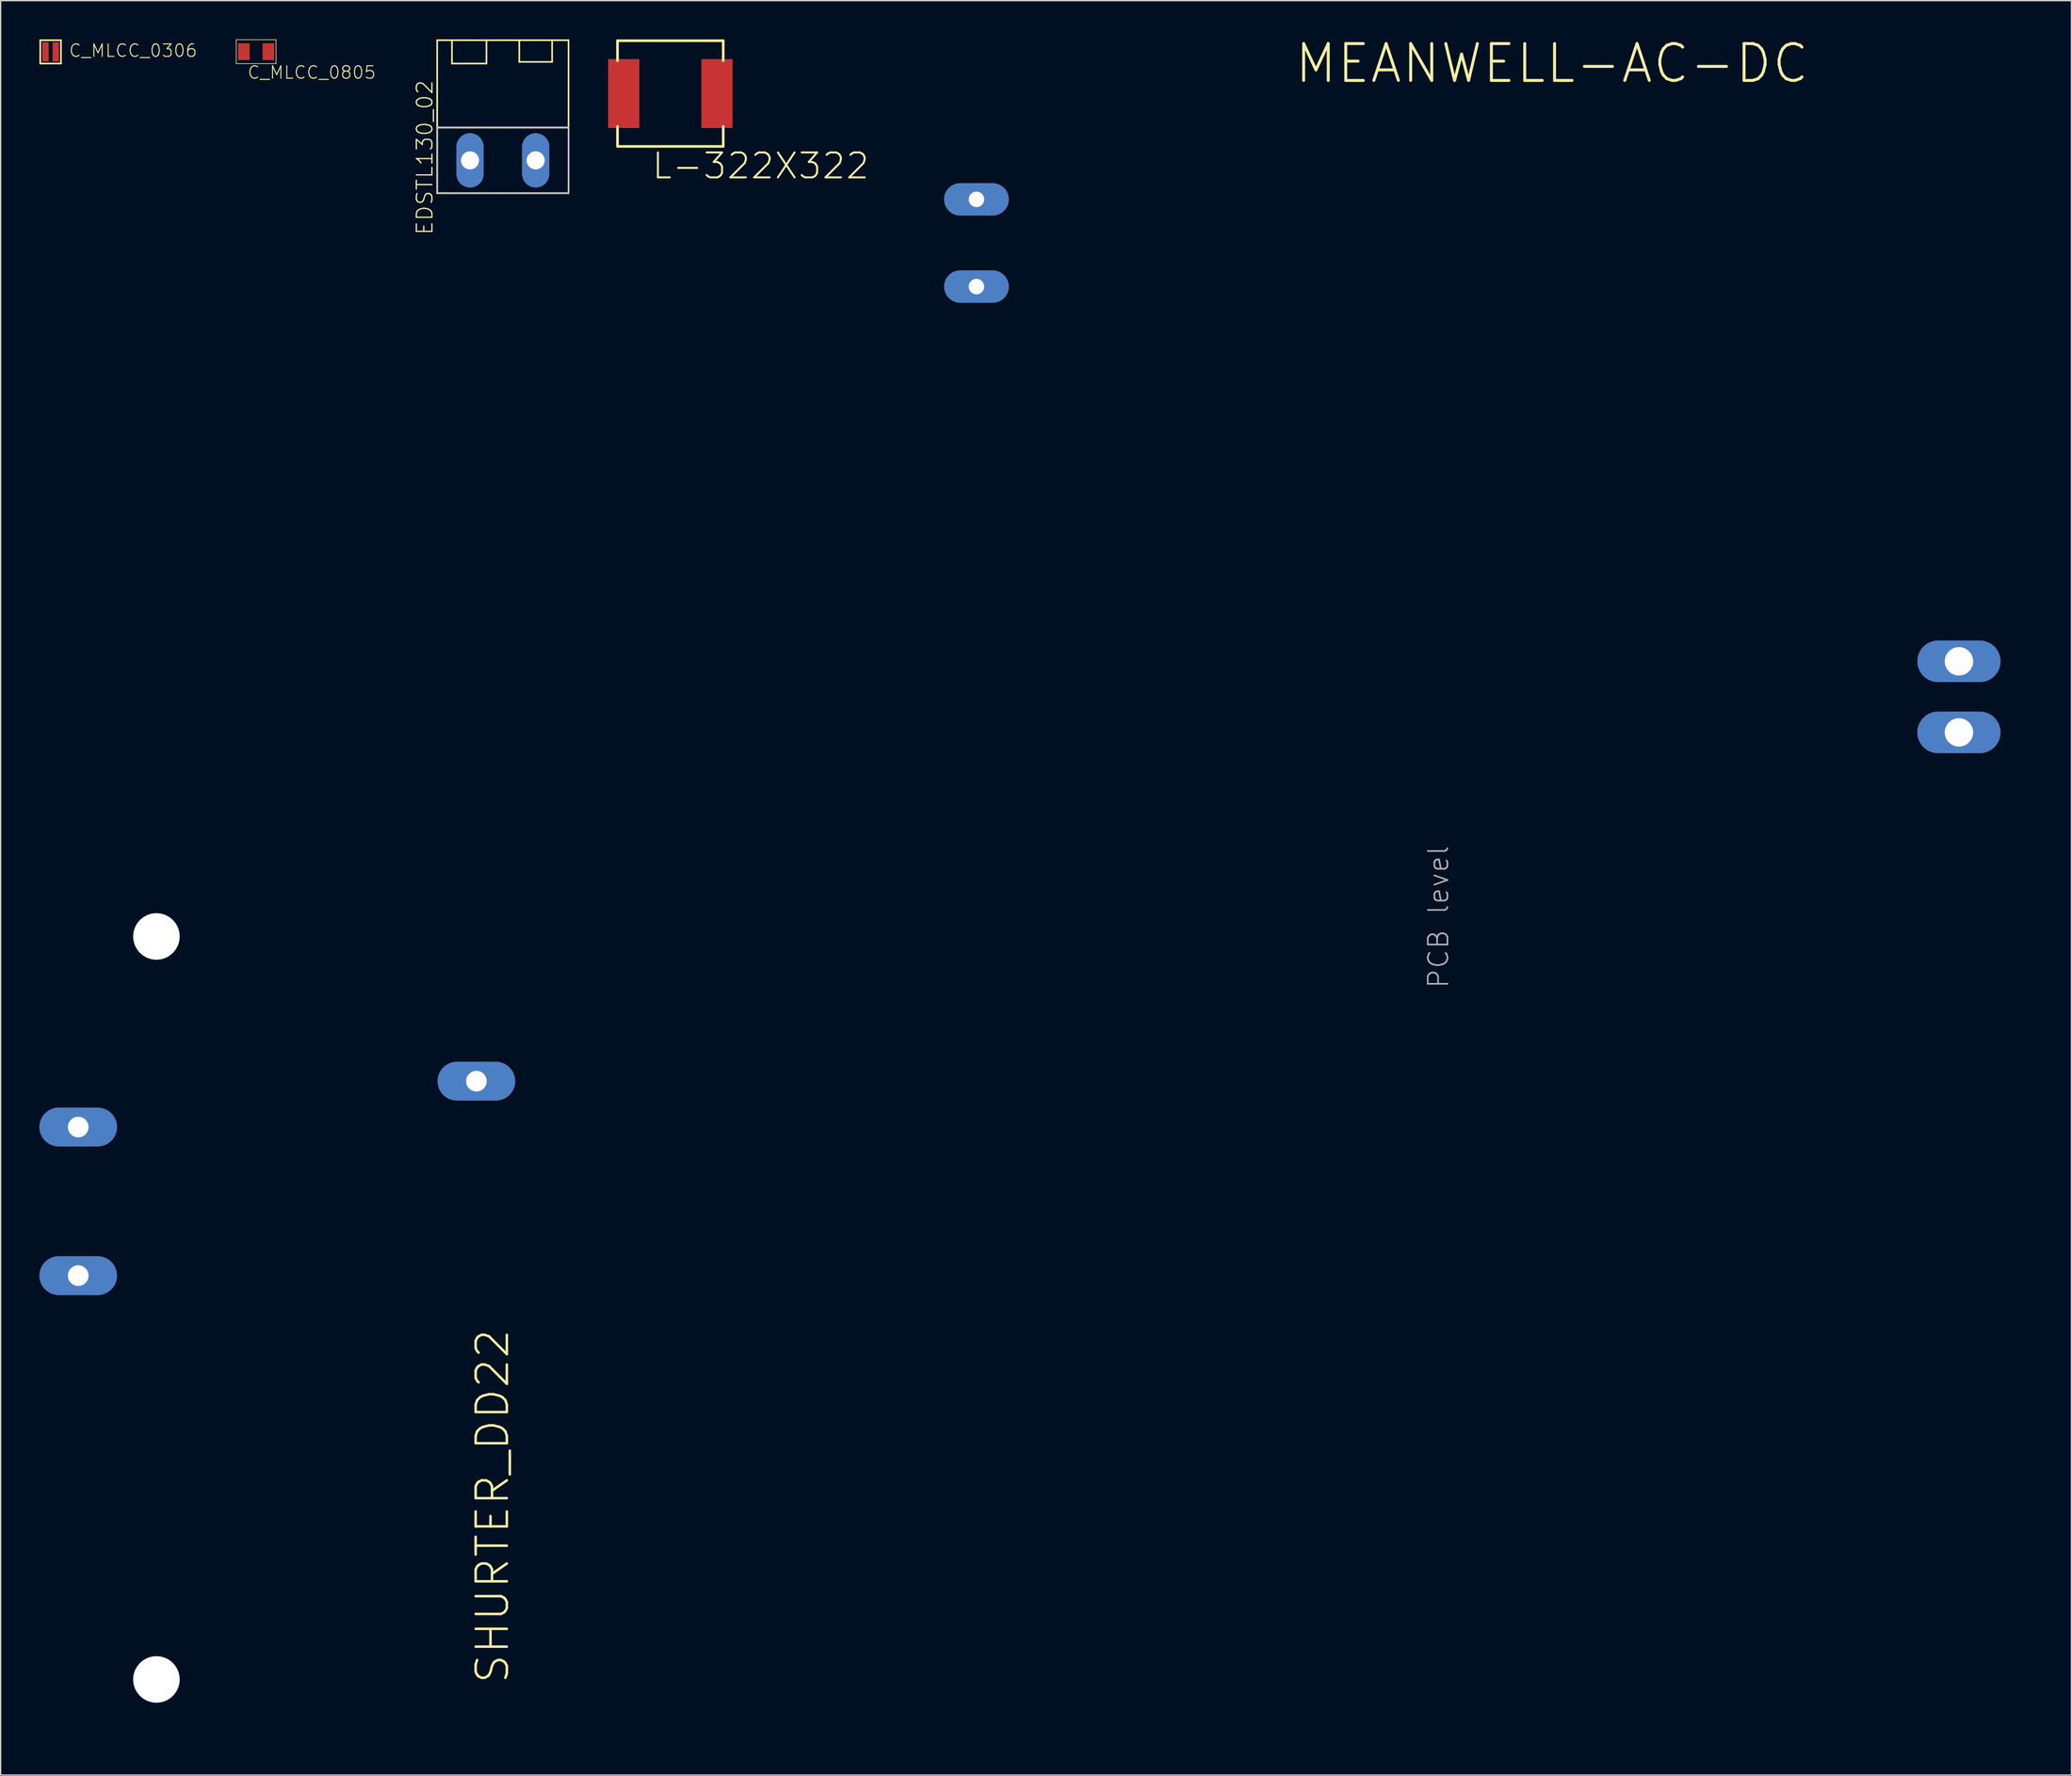
<source format=kicad_pcb>
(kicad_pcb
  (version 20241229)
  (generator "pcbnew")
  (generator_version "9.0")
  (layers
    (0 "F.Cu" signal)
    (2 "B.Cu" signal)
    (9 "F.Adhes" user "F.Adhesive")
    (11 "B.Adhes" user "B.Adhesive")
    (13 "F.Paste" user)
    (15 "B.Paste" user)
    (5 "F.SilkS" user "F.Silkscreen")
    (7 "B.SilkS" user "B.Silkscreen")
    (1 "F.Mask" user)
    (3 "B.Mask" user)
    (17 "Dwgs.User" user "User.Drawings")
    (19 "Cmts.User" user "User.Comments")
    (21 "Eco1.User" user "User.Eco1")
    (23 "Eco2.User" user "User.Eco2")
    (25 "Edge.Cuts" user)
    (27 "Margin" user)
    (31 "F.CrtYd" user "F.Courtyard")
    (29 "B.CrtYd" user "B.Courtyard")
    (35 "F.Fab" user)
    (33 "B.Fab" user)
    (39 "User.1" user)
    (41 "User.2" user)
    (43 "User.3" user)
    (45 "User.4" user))
  (footprint "C_MLCC_0306"
    (layer "F.Cu")
    (at 0.864 0.964)
    (property "Reference" "C_MLCC_0306" (at 1.367 0.47 180) (layer "F.SilkS") (effects (font (size 0.965 0.965) (thickness 0.077)) (justify left bottom)))
    (attr through_hole)
    (fp_line (start -0.8 -0.9) (end -0.8 0.9) (stroke (width 0.127) (type solid)) (layer "F.SilkS"))
    (fp_line (start -0.8 0.9) (end 0.8 0.9) (stroke (width 0.127) (type solid)) (layer "F.SilkS"))
    (fp_line (start 0.8 -0.9) (end -0.8 -0.9) (stroke (width 0.127) (type solid)) (layer "F.SilkS"))
    (fp_line (start 0.8 0.9) (end 0.8 -0.9) (stroke (width 0.127) (type solid)) (layer "F.SilkS"))
    (pad "P$1" smd rect (at -0.4 0) (size 0.5 1.5) (layers "F.Cu" "F.Mask" "F.Paste"))
    (pad "P$2" smd rect (at 0.4 0) (size 0.5 1.5) (layers "F.Cu" "F.Mask" "F.Paste")))
  (footprint "L-322X322"
    (layer "F.Cu")
    (at 48.804 4.191)
    (property "Reference" "L-322X322" (at -1.524 6.731 0) (layer "F.SilkS") (effects (font (size 1.93 1.93) (thickness 0.154)) (justify left bottom)))
    (attr through_hole)
    (fp_line (start -4.089 -4.089) (end 4.089 -4.089) (stroke (width 0.203) (type solid)) (layer "F.SilkS"))
    (fp_line (start -4.089 -2.54) (end -4.089 -4.089) (stroke (width 0.203) (type solid)) (layer "F.SilkS"))
    (fp_line (start -4.089 2.54) (end -4.089 4.089) (stroke (width 0.203) (type solid)) (layer "F.SilkS"))
    (fp_line (start -4.089 4.089) (end 4.089 4.089) (stroke (width 0.203) (type solid)) (layer "F.SilkS"))
    (fp_line (start 4.089 -4.089) (end 4.089 -2.54) (stroke (width 0.203) (type solid)) (layer "F.SilkS"))
    (fp_line (start 4.089 4.089) (end 4.089 2.54) (stroke (width 0.203) (type solid)) (layer "F.SilkS"))
    (pad "P$1" smd rect (at -3.607 0 90) (size 5.334 2.413) (layers "F.Cu" "F.Mask" "F.Paste"))
    (pad "P$2" smd rect (at 3.607 0 90) (size 5.334 2.413) (layers "F.Cu" "F.Mask" "F.Paste")))
  (footprint "SHURTER_DD22"
    (layer "F.Cu")
    (at 50.05 98.171)
    (property "Reference" "SHURTER_DD22" (at -13.589 29.21 90) (layer "F.SilkS") (effects (font (size 2.413 2.413) (thickness 0.193)) (justify left bottom)))
    (attr through_hole)
    (fp_line (start -47.6 -24) (end -47.6 24) (stroke (width 0.000128) (type solid)) (layer "F.SilkS"))
    (fp_line (start -2 -29.25) (end 1 -29.25) (stroke (width 0.000128) (type solid)) (layer "F.SilkS"))
    (fp_line (start -2 29.25) (end 1 29.25) (stroke (width 0.000128) (type solid)) (layer "F.SilkS"))
    (fp_line (start -0.85 -33.15) (end 0 -33.15) (stroke (width 0.000128) (type solid)) (layer "F.SilkS"))
    (fp_line (start -0.85 33.15) (end -0.85 -33.15) (stroke (width 0.000128) (type solid)) (layer "F.SilkS"))
    (fp_line (start 0 -33.15) (end 0 33.15) (stroke (width 0.000128) (type solid)) (layer "F.SilkS"))
    (fp_line (start 0 -24.6) (end 2.18 -24.6) (stroke (width 0.000128) (type solid)) (layer "F.SilkS"))
    (fp_line (start 0 -24) (end -47.6 -24) (stroke (width 0.000128) (type solid)) (layer "F.SilkS"))
    (fp_line (start 0 -24) (end 0 24) (stroke (width 0.000128) (type solid)) (layer "F.SilkS"))
    (fp_line (start 0 24) (end -47.6 24) (stroke (width 0.000128) (type solid)) (layer "F.SilkS"))
    (fp_line (start 0 24.6) (end 0 -24.6) (stroke (width 0.000128) (type solid)) (layer "F.SilkS"))
    (fp_line (start 0 33.15) (end -0.85 33.15) (stroke (width 0.000128) (type solid)) (layer "F.SilkS"))
    (fp_line (start 2.18 -24.6) (end 2.18 24.6) (stroke (width 0.000128) (type solid)) (layer "F.SilkS"))
    (fp_line (start 2.18 24.6) (end 0 24.6) (stroke (width 0.000128) (type solid)) (layer "F.SilkS"))
    (fp_line (start 24 20.3) (end 24 -20.3) (stroke (width 0.000128) (type solid)) (layer "F.Fab"))
    (fp_line (start 28.5 -24.8) (end 49.6 -24.8) (stroke (width 0.000128) (type solid)) (layer "F.Fab"))
    (fp_line (start 49.6 24.8) (end 28.5 24.8) (stroke (width 0.000128) (type solid)) (layer "F.Fab"))
    (fp_line (start 54.1 -20.3) (end 54.1 20.3) (stroke (width 0.000128) (type solid)) (layer "F.Fab"))
    (fp_line (start 56.05 -34.29) (end 56.05 33.02) (stroke (width 0.000128) (type solid)) (layer "F.Fab"))
    (fp_arc (start 24 -20.3) (mid 25.318019 -23.481981) (end 28.5 -24.8) (stroke (width 0.000128) (type solid)) (layer "F.Fab"))
    (fp_arc (start 28.5 24.8) (mid 25.318019 23.481981) (end 24 20.3) (stroke (width 0.000128) (type solid)) (layer "F.Fab"))
    (fp_arc (start 49.6 -24.8) (mid 52.781981 -23.481981) (end 54.1 -20.3) (stroke (width 0.000128) (type solid)) (layer "F.Fab"))
    (fp_arc (start 54.1 20.3) (mid 52.781981 23.481981) (end 49.6 24.8) (stroke (width 0.000128) (type solid)) (layer "F.Fab"))
    (fp_circle (center 39.05 -29.25) (end 40.32 -29.25) (stroke (width 0.000128) (type solid)) (fill no) (layer "F.Fab"))
    (fp_circle (center 39.05 29.25) (end 40.32 29.25) (stroke (width 0.000128) (type solid)) (fill no) (layer "F.Fab"))
    (fp_text user "PCB level" (at 59.055 -24.638 90) (layer "F.Fab") (effects (font (size 1.52 1.52) (thickness 0.128)) (justify left bottom)))
    (pad "" np_thru_hole circle (at -41 -28.75) (size 3.6 3.6) (drill 3.6) (layers "*.Cu" "*.Mask"))
    (pad "" np_thru_hole circle (at -41 28.75) (size 3.6 3.6) (drill 3.6) (layers "*.Cu" "*.Mask"))
    (pad "L" thru_hole oval (at -47.05 -14) (size 6 3) (drill 1.6) (layers "*.Cu" "*.Mask"))
    (pad "N" thru_hole oval (at -47.05 -2.5) (size 6 3) (drill 1.6) (layers "*.Cu" "*.Mask"))
    (pad "PE" thru_hole oval (at -16.25 -17.55) (size 6 3) (drill 1.6) (layers "*.Cu" "*.Mask")))
  (footprint "C_MLCC_0805"
    (layer "F.Cu")
    (at 16.762 0.95)
    (property "Reference" "C_MLCC_0805" (at -0.711 2.175 180) (layer "F.SilkS") (effects (font (size 0.965 0.965) (thickness 0.077)) (justify left bottom)))
    (attr through_hole)
    (fp_line (start -1.54 -0.925) (end 1.54 -0.925) (stroke (width 0.05) (type solid)) (layer "F.SilkS"))
    (fp_line (start -1.54 0.925) (end -1.54 -0.925) (stroke (width 0.05) (type solid)) (layer "F.SilkS"))
    (fp_line (start 1.54 -0.925) (end 1.54 0.925) (stroke (width 0.05) (type solid)) (layer "F.SilkS"))
    (fp_line (start 1.54 0.925) (end -1.54 0.925) (stroke (width 0.05) (type solid)) (layer "F.SilkS"))
    (pad "P$1" smd rect (at -0.95 0) (size 0.9 1.3) (layers "F.Cu" "F.Mask" "F.Paste"))
    (pad "P$2" smd rect (at 0.95 0) (size 0.9 1.3) (layers "F.Cu" "F.Mask" "F.Paste")))
  (footprint "MEANWELL-AC-DC"
    (layer "F.Cu")
    (at 110.679 33.379)
    (property "Reference" "MEANWELL-AC-DC" (at -13.716 -29.845 0) (layer "F.SilkS") (effects (font (size 2.85 2.85) (thickness 0.228)) (justify left bottom)))
    (attr through_hole)
    (fp_line (start -43.5 -24) (end -41.5 -26) (stroke (width 0.000128) (type solid)) (layer "F.SilkS"))
    (fp_line (start -43.5 24) (end -43.5 -24) (stroke (width 0.000128) (type solid)) (layer "F.SilkS"))
    (fp_line (start -41.5 -26) (end 41.5 -26) (stroke (width 0.000128) (type solid)) (layer "F.SilkS"))
    (fp_line (start -41.5 26) (end -43.5 24) (stroke (width 0.000128) (type solid)) (layer "F.SilkS"))
    (fp_line (start 41.5 -26) (end 43.5 -24) (stroke (width 0.000128) (type solid)) (layer "F.SilkS"))
    (fp_line (start 41.5 26) (end -41.5 26) (stroke (width 0.000128) (type solid)) (layer "F.SilkS"))
    (fp_line (start 43.5 -24) (end 43.5 24) (stroke (width 0.000128) (type solid)) (layer "F.SilkS"))
    (fp_line (start 43.5 24) (end 41.5 26) (stroke (width 0.000128) (type solid)) (layer "F.SilkS"))
    (pad "L" thru_hole oval (at -38.2 -21) (size 5 2.5) (drill 1.2) (layers "*.Cu" "*.Mask"))
    (pad "N" thru_hole oval (at -38.2 -14.25) (size 5 2.5) (drill 1.2) (layers "*.Cu" "*.Mask"))
    (pad "V+" thru_hole oval (at 37.8 20.25) (size 6.432 3.216) (drill 2.2) (layers "*.Cu" "*.Mask"))
    (pad "V-" thru_hole oval (at 37.8 14.75) (size 6.432 3.216) (drill 2.2) (layers "*.Cu" "*.Mask")))
  (footprint "EDSTL130_02"
    (layer "F.Cu")
    (at 35.847 9.36)
    (property "Reference" "EDSTL130_02" (at -5.334 5.842 90) (layer "F.SilkS") (effects (font (size 1.206 1.206) (thickness 0.097)) (justify left bottom)))
    (attr through_hole)
    (fp_line (start -5.08 -9.296) (end 5.08 -9.296) (stroke (width 0.127) (type solid)) (layer "F.SilkS"))
    (fp_line (start -5.08 -2.54) (end -5.08 -9.296) (stroke (width 0.127) (type solid)) (layer "F.SilkS"))
    (fp_line (start -5.08 -2.54) (end -5.08 2.54) (stroke (width 0.127) (type solid)) (layer "F.SilkS"))
    (fp_line (start -5.08 2.54) (end 5.08 2.54) (stroke (width 0.127) (type solid)) (layer "F.SilkS"))
    (fp_line (start -3.937 -9.271) (end -3.937 -7.493) (stroke (width 0.127) (type solid)) (layer "F.SilkS"))
    (fp_line (start -3.937 -7.493) (end -1.27 -7.493) (stroke (width 0.127) (type solid)) (layer "F.SilkS"))
    (fp_line (start -1.27 -7.493) (end -1.27 -9.271) (stroke (width 0.127) (type solid)) (layer "F.SilkS"))
    (fp_line (start 1.27 -9.271) (end 1.27 -7.62) (stroke (width 0.127) (type solid)) (layer "F.SilkS"))
    (fp_line (start 1.27 -7.62) (end 3.81 -7.62) (stroke (width 0.127) (type solid)) (layer "F.SilkS"))
    (fp_line (start 3.81 -7.62) (end 3.81 -9.271) (stroke (width 0.127) (type solid)) (layer "F.SilkS"))
    (fp_line (start 5.08 -9.296) (end 5.08 -2.54) (stroke (width 0.127) (type solid)) (layer "F.SilkS"))
    (fp_line (start 5.08 -2.54) (end -5.08 -2.54) (stroke (width 0.127) (type solid)) (layer "F.SilkS"))
    (fp_line (start 5.08 2.54) (end 5.08 -2.54) (stroke (width 0.127) (type solid)) (layer "F.SilkS"))
    (fp_line (start -5.08 -2.54) (end 5.08 -2.54) (stroke (width 0.127) (type solid)) (layer "Dwgs.User"))
    (fp_line (start -5.08 2.54) (end -5.08 -2.54) (stroke (width 0.127) (type solid)) (layer "Dwgs.User"))
    (fp_line (start 5.08 -2.54) (end 5.08 2.54) (stroke (width 0.127) (type solid)) (layer "Dwgs.User"))
    (fp_line (start 5.08 2.54) (end -5.08 2.54) (stroke (width 0.127) (type solid)) (layer "Dwgs.User"))
    (pad "P$1" thru_hole oval (at -2.54 0 90) (size 4.2 2.1) (drill 1.4) (layers "*.Cu" "*.Mask"))
    (pad "P$2" thru_hole oval (at 2.54 0 90) (size 4.2 2.1) (drill 1.4) (layers "*.Cu" "*.Mask")))
  (gr_rect
    (start -3 -3)
    (end 157.18 134.321)
    (stroke (width 0.1) (type default))
    (fill no)
    (layer "Edge.Cuts")))
</source>
